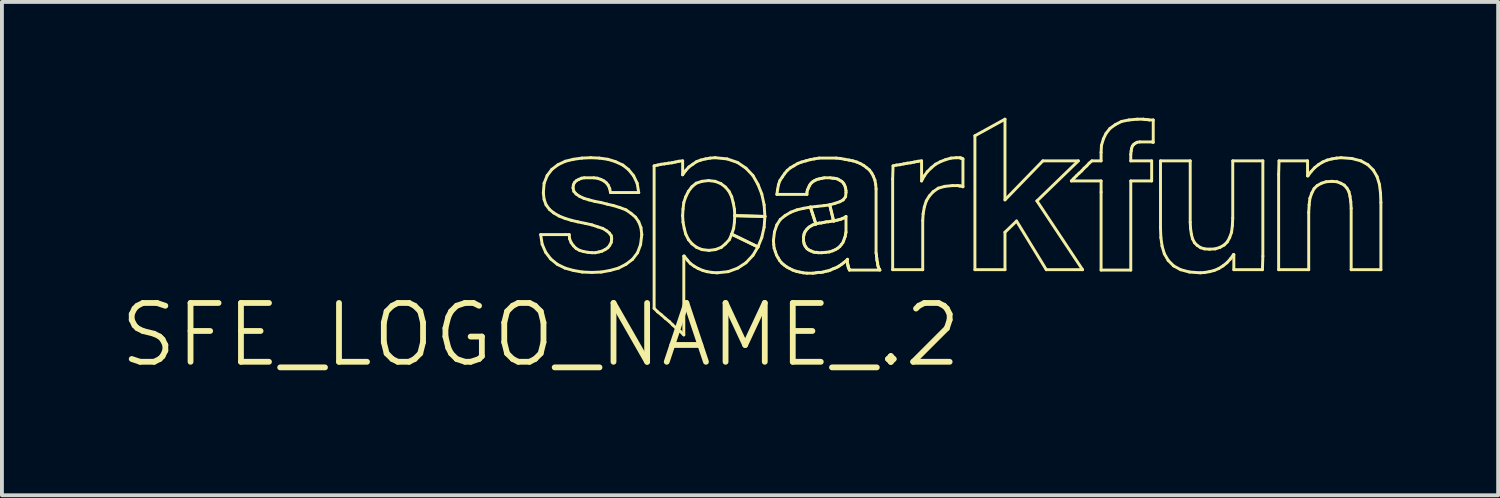
<source format=kicad_pcb>
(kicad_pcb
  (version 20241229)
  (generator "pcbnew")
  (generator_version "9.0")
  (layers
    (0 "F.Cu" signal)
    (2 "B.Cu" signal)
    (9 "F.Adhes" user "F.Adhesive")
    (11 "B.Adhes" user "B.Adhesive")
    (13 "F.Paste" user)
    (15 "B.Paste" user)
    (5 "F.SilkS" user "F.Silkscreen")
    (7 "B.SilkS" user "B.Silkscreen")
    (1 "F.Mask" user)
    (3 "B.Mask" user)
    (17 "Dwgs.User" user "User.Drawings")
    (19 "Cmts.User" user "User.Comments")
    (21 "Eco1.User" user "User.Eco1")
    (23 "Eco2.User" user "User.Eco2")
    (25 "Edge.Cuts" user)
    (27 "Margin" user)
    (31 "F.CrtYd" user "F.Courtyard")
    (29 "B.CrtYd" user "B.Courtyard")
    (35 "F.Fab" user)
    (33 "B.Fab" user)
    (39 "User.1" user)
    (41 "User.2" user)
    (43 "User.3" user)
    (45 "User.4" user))
  (footprint "SFE_LOGO_NAME_.2"
    (layer "F.Cu")
    (at 10.958 5.626)
    (property "Reference" "SFE_LOGO_NAME_.2" (at 0 0 0) (layer "F.SilkS") (effects (font (size 1.524 1.524) (thickness 0.15))))
    (attr exclude_from_pos_files exclude_from_bom)
    (fp_line (start 0 -2.598) (end 0.648 -2.598) (stroke (width 0.076) (type solid)) (layer "F.SilkS"))
    (fp_line (start 0.038 -2.349) (end 0 -2.598) (stroke (width 0.076) (type solid)) (layer "F.SilkS"))
    (fp_line (start 0.069 -3.678) (end 0.089 -3.929) (stroke (width 0.076) (type solid)) (layer "F.SilkS"))
    (fp_line (start 0.089 -3.929) (end 0.168 -4.128) (stroke (width 0.076) (type solid)) (layer "F.SilkS"))
    (fp_line (start 0.089 -3.508) (end 0.069 -3.678) (stroke (width 0.076) (type solid)) (layer "F.SilkS"))
    (fp_line (start 0.13 -2.139) (end 0.038 -2.349) (stroke (width 0.076) (type solid)) (layer "F.SilkS"))
    (fp_line (start 0.14 -3.368) (end 0.089 -3.508) (stroke (width 0.076) (type solid)) (layer "F.SilkS"))
    (fp_line (start 0.168 -4.128) (end 0.29 -4.288) (stroke (width 0.076) (type solid)) (layer "F.SilkS"))
    (fp_line (start 0.229 -3.249) (end 0.14 -3.368) (stroke (width 0.076) (type solid)) (layer "F.SilkS"))
    (fp_line (start 0.259 -1.968) (end 0.13 -2.139) (stroke (width 0.076) (type solid)) (layer "F.SilkS"))
    (fp_line (start 0.29 -4.288) (end 0.45 -4.409) (stroke (width 0.076) (type solid)) (layer "F.SilkS"))
    (fp_line (start 0.338 -3.16) (end 0.229 -3.249) (stroke (width 0.076) (type solid)) (layer "F.SilkS"))
    (fp_line (start 0.429 -1.829) (end 0.259 -1.968) (stroke (width 0.076) (type solid)) (layer "F.SilkS"))
    (fp_line (start 0.45 -4.409) (end 0.638 -4.498) (stroke (width 0.076) (type solid)) (layer "F.SilkS"))
    (fp_line (start 0.478 -3.078) (end 0.338 -3.16) (stroke (width 0.076) (type solid)) (layer "F.SilkS"))
    (fp_line (start 0.63 -3.018) (end 0.478 -3.078) (stroke (width 0.076) (type solid)) (layer "F.SilkS"))
    (fp_line (start 0.63 -1.73) (end 0.429 -1.829) (stroke (width 0.076) (type solid)) (layer "F.SilkS"))
    (fp_line (start 0.638 -4.498) (end 0.848 -4.549) (stroke (width 0.076) (type solid)) (layer "F.SilkS"))
    (fp_line (start 0.648 -2.598) (end 0.739 -2.598) (stroke (width 0.076) (type solid)) (layer "F.SilkS"))
    (fp_line (start 0.739 -2.598) (end 0.749 -2.489) (stroke (width 0.076) (type solid)) (layer "F.SilkS"))
    (fp_line (start 0.749 -2.489) (end 0.79 -2.388) (stroke (width 0.076) (type solid)) (layer "F.SilkS"))
    (fp_line (start 0.79 -2.969) (end 0.63 -3.018) (stroke (width 0.076) (type solid)) (layer "F.SilkS"))
    (fp_line (start 0.79 -2.388) (end 0.848 -2.309) (stroke (width 0.076) (type solid)) (layer "F.SilkS"))
    (fp_line (start 0.838 -3.81) (end 0.859 -3.719) (stroke (width 0.076) (type solid)) (layer "F.SilkS"))
    (fp_line (start 0.848 -4.549) (end 1.069 -4.58) (stroke (width 0.076) (type solid)) (layer "F.SilkS"))
    (fp_line (start 0.848 -3.889) (end 0.838 -3.81) (stroke (width 0.076) (type solid)) (layer "F.SilkS"))
    (fp_line (start 0.848 -2.309) (end 0.919 -2.238) (stroke (width 0.076) (type solid)) (layer "F.SilkS"))
    (fp_line (start 0.848 -1.669) (end 0.63 -1.73) (stroke (width 0.076) (type solid)) (layer "F.SilkS"))
    (fp_line (start 0.859 -3.719) (end 0.919 -3.65) (stroke (width 0.076) (type solid)) (layer "F.SilkS"))
    (fp_line (start 0.879 -3.95) (end 0.848 -3.889) (stroke (width 0.076) (type solid)) (layer "F.SilkS"))
    (fp_line (start 0.919 -3.65) (end 1.008 -3.589) (stroke (width 0.076) (type solid)) (layer "F.SilkS"))
    (fp_line (start 0.919 -2.238) (end 1.008 -2.189) (stroke (width 0.076) (type solid)) (layer "F.SilkS"))
    (fp_line (start 0.93 -3.998) (end 0.879 -3.95) (stroke (width 0.076) (type solid)) (layer "F.SilkS"))
    (fp_line (start 0.958 -2.929) (end 0.79 -2.969) (stroke (width 0.076) (type solid)) (layer "F.SilkS"))
    (fp_line (start 0.988 -4.028) (end 0.93 -3.998) (stroke (width 0.076) (type solid)) (layer "F.SilkS"))
    (fp_line (start 1.008 -3.589) (end 1.118 -3.538) (stroke (width 0.076) (type solid)) (layer "F.SilkS"))
    (fp_line (start 1.008 -2.189) (end 1.11 -2.159) (stroke (width 0.076) (type solid)) (layer "F.SilkS"))
    (fp_line (start 1.059 -4.059) (end 0.988 -4.028) (stroke (width 0.076) (type solid)) (layer "F.SilkS"))
    (fp_line (start 1.069 -4.58) (end 1.298 -4.59) (stroke (width 0.076) (type solid)) (layer "F.SilkS"))
    (fp_line (start 1.079 -1.628) (end 0.848 -1.669) (stroke (width 0.076) (type solid)) (layer "F.SilkS"))
    (fp_line (start 1.11 -2.159) (end 1.219 -2.139) (stroke (width 0.076) (type solid)) (layer "F.SilkS"))
    (fp_line (start 1.118 -3.538) (end 1.25 -3.498) (stroke (width 0.076) (type solid)) (layer "F.SilkS"))
    (fp_line (start 1.128 -4.069) (end 1.059 -4.059) (stroke (width 0.076) (type solid)) (layer "F.SilkS"))
    (fp_line (start 1.158 -2.888) (end 0.958 -2.929) (stroke (width 0.076) (type solid)) (layer "F.SilkS"))
    (fp_line (start 1.219 -2.139) (end 1.328 -2.129) (stroke (width 0.076) (type solid)) (layer "F.SilkS"))
    (fp_line (start 1.25 -3.498) (end 1.4 -3.459) (stroke (width 0.076) (type solid)) (layer "F.SilkS"))
    (fp_line (start 1.298 -4.59) (end 1.519 -4.58) (stroke (width 0.076) (type solid)) (layer "F.SilkS"))
    (fp_line (start 1.328 -2.85) (end 1.158 -2.888) (stroke (width 0.076) (type solid)) (layer "F.SilkS"))
    (fp_line (start 1.328 -2.129) (end 1.42 -2.129) (stroke (width 0.076) (type solid)) (layer "F.SilkS"))
    (fp_line (start 1.328 -1.618) (end 1.079 -1.628) (stroke (width 0.076) (type solid)) (layer "F.SilkS"))
    (fp_line (start 1.379 -4.069) (end 1.128 -4.069) (stroke (width 0.076) (type solid)) (layer "F.SilkS"))
    (fp_line (start 1.4 -3.459) (end 1.56 -3.429) (stroke (width 0.076) (type solid)) (layer "F.SilkS"))
    (fp_line (start 1.42 -2.129) (end 1.509 -2.149) (stroke (width 0.076) (type solid)) (layer "F.SilkS"))
    (fp_line (start 1.468 -4.059) (end 1.379 -4.069) (stroke (width 0.076) (type solid)) (layer "F.SilkS"))
    (fp_line (start 1.478 -2.799) (end 1.328 -2.85) (stroke (width 0.076) (type solid)) (layer "F.SilkS"))
    (fp_line (start 1.509 -2.149) (end 1.587 -2.169) (stroke (width 0.076) (type solid)) (layer "F.SilkS"))
    (fp_line (start 1.519 -4.58) (end 1.74 -4.549) (stroke (width 0.076) (type solid)) (layer "F.SilkS"))
    (fp_line (start 1.56 -4.028) (end 1.468 -4.059) (stroke (width 0.076) (type solid)) (layer "F.SilkS"))
    (fp_line (start 1.56 -3.429) (end 1.72 -3.388) (stroke (width 0.076) (type solid)) (layer "F.SilkS"))
    (fp_line (start 1.57 -1.628) (end 1.328 -1.618) (stroke (width 0.076) (type solid)) (layer "F.SilkS"))
    (fp_line (start 1.587 -2.169) (end 1.669 -2.21) (stroke (width 0.076) (type solid)) (layer "F.SilkS"))
    (fp_line (start 1.608 -2.758) (end 1.478 -2.799) (stroke (width 0.076) (type solid)) (layer "F.SilkS"))
    (fp_line (start 1.638 -3.988) (end 1.56 -4.028) (stroke (width 0.076) (type solid)) (layer "F.SilkS"))
    (fp_line (start 1.669 -2.21) (end 1.74 -2.258) (stroke (width 0.076) (type solid)) (layer "F.SilkS"))
    (fp_line (start 1.699 -3.94) (end 1.638 -3.988) (stroke (width 0.076) (type solid)) (layer "F.SilkS"))
    (fp_line (start 1.709 -2.697) (end 1.608 -2.758) (stroke (width 0.076) (type solid)) (layer "F.SilkS"))
    (fp_line (start 1.72 -3.388) (end 1.89 -3.348) (stroke (width 0.076) (type solid)) (layer "F.SilkS"))
    (fp_line (start 1.74 -4.549) (end 1.938 -4.488) (stroke (width 0.076) (type solid)) (layer "F.SilkS"))
    (fp_line (start 1.74 -2.258) (end 1.788 -2.319) (stroke (width 0.076) (type solid)) (layer "F.SilkS"))
    (fp_line (start 1.748 -3.879) (end 1.699 -3.94) (stroke (width 0.076) (type solid)) (layer "F.SilkS"))
    (fp_line (start 1.778 -2.639) (end 1.709 -2.697) (stroke (width 0.076) (type solid)) (layer "F.SilkS"))
    (fp_line (start 1.788 -3.79) (end 1.748 -3.879) (stroke (width 0.076) (type solid)) (layer "F.SilkS"))
    (fp_line (start 1.788 -2.319) (end 1.829 -2.398) (stroke (width 0.076) (type solid)) (layer "F.SilkS"))
    (fp_line (start 1.798 -1.669) (end 1.57 -1.628) (stroke (width 0.076) (type solid)) (layer "F.SilkS"))
    (fp_line (start 1.808 -3.688) (end 1.788 -3.79) (stroke (width 0.076) (type solid)) (layer "F.SilkS"))
    (fp_line (start 1.829 -2.568) (end 1.778 -2.639) (stroke (width 0.076) (type solid)) (layer "F.SilkS"))
    (fp_line (start 1.829 -2.398) (end 1.839 -2.489) (stroke (width 0.076) (type solid)) (layer "F.SilkS"))
    (fp_line (start 1.839 -2.489) (end 1.829 -2.568) (stroke (width 0.076) (type solid)) (layer "F.SilkS"))
    (fp_line (start 1.89 -3.348) (end 2.05 -3.299) (stroke (width 0.076) (type solid)) (layer "F.SilkS"))
    (fp_line (start 1.938 -4.488) (end 2.129 -4.399) (stroke (width 0.076) (type solid)) (layer "F.SilkS"))
    (fp_line (start 2.019 -1.73) (end 1.798 -1.669) (stroke (width 0.076) (type solid)) (layer "F.SilkS"))
    (fp_line (start 2.05 -3.299) (end 2.21 -3.239) (stroke (width 0.076) (type solid)) (layer "F.SilkS"))
    (fp_line (start 2.129 -4.399) (end 2.278 -4.28) (stroke (width 0.076) (type solid)) (layer "F.SilkS"))
    (fp_line (start 2.21 -3.239) (end 2.339 -3.15) (stroke (width 0.076) (type solid)) (layer "F.SilkS"))
    (fp_line (start 2.21 -1.829) (end 2.019 -1.73) (stroke (width 0.076) (type solid)) (layer "F.SilkS"))
    (fp_line (start 2.278 -4.28) (end 2.408 -4.12) (stroke (width 0.076) (type solid)) (layer "F.SilkS"))
    (fp_line (start 2.339 -3.15) (end 2.459 -3.048) (stroke (width 0.076) (type solid)) (layer "F.SilkS"))
    (fp_line (start 2.38 -1.958) (end 2.21 -1.829) (stroke (width 0.076) (type solid)) (layer "F.SilkS"))
    (fp_line (start 2.408 -4.12) (end 2.499 -3.929) (stroke (width 0.076) (type solid)) (layer "F.SilkS"))
    (fp_line (start 2.459 -3.048) (end 2.54 -2.929) (stroke (width 0.076) (type solid)) (layer "F.SilkS"))
    (fp_line (start 2.499 -3.929) (end 2.54 -3.688) (stroke (width 0.076) (type solid)) (layer "F.SilkS"))
    (fp_line (start 2.51 -2.129) (end 2.38 -1.958) (stroke (width 0.076) (type solid)) (layer "F.SilkS"))
    (fp_line (start 2.54 -3.688) (end 1.808 -3.688) (stroke (width 0.076) (type solid)) (layer "F.SilkS"))
    (fp_line (start 2.54 -2.929) (end 2.598 -2.779) (stroke (width 0.076) (type solid)) (layer "F.SilkS"))
    (fp_line (start 2.588 -2.339) (end 2.51 -2.129) (stroke (width 0.076) (type solid)) (layer "F.SilkS"))
    (fp_line (start 2.598 -2.779) (end 2.619 -2.598) (stroke (width 0.076) (type solid)) (layer "F.SilkS"))
    (fp_line (start 2.619 -2.598) (end 2.588 -2.339) (stroke (width 0.076) (type solid)) (layer "F.SilkS"))
    (fp_line (start 2.939 -4.379) (end 3.028 -4.399) (stroke (width 0.076) (type solid)) (layer "F.SilkS"))
    (fp_line (start 2.939 -0.688) (end 2.939 -4.379) (stroke (width 0.076) (type solid)) (layer "F.SilkS"))
    (fp_line (start 3.028 -4.399) (end 3.119 -4.42) (stroke (width 0.076) (type solid)) (layer "F.SilkS"))
    (fp_line (start 3.028 -0.599) (end 2.939 -0.688) (stroke (width 0.076) (type solid)) (layer "F.SilkS"))
    (fp_line (start 3.119 -4.42) (end 3.208 -4.43) (stroke (width 0.076) (type solid)) (layer "F.SilkS"))
    (fp_line (start 3.129 -0.518) (end 3.028 -0.599) (stroke (width 0.076) (type solid)) (layer "F.SilkS"))
    (fp_line (start 3.208 -4.43) (end 3.31 -4.448) (stroke (width 0.076) (type solid)) (layer "F.SilkS"))
    (fp_line (start 3.228 -0.429) (end 3.129 -0.518) (stroke (width 0.076) (type solid)) (layer "F.SilkS"))
    (fp_line (start 3.31 -4.448) (end 3.399 -4.458) (stroke (width 0.076) (type solid)) (layer "F.SilkS"))
    (fp_line (start 3.33 -0.348) (end 3.228 -0.429) (stroke (width 0.076) (type solid)) (layer "F.SilkS"))
    (fp_line (start 3.399 -4.458) (end 3.49 -4.478) (stroke (width 0.076) (type solid)) (layer "F.SilkS"))
    (fp_line (start 3.419 -0.259) (end 3.33 -0.348) (stroke (width 0.076) (type solid)) (layer "F.SilkS"))
    (fp_line (start 3.49 -4.478) (end 3.579 -4.498) (stroke (width 0.076) (type solid)) (layer "F.SilkS"))
    (fp_line (start 3.518 -0.168) (end 3.419 -0.259) (stroke (width 0.076) (type solid)) (layer "F.SilkS"))
    (fp_line (start 3.579 -4.498) (end 3.678 -4.508) (stroke (width 0.076) (type solid)) (layer "F.SilkS"))
    (fp_line (start 3.619 -0.089) (end 3.518 -0.168) (stroke (width 0.076) (type solid)) (layer "F.SilkS"))
    (fp_line (start 3.678 -4.508) (end 3.678 -4.148) (stroke (width 0.076) (type solid)) (layer "F.SilkS"))
    (fp_line (start 3.678 -4.148) (end 3.759 -4.26) (stroke (width 0.076) (type solid)) (layer "F.SilkS"))
    (fp_line (start 3.678 -3.089) (end 3.688 -2.918) (stroke (width 0.076) (type solid)) (layer "F.SilkS"))
    (fp_line (start 3.688 -3.259) (end 3.678 -3.089) (stroke (width 0.076) (type solid)) (layer "F.SilkS"))
    (fp_line (start 3.688 -2.918) (end 3.719 -2.758) (stroke (width 0.076) (type solid)) (layer "F.SilkS"))
    (fp_line (start 3.708 -3.429) (end 3.688 -3.259) (stroke (width 0.076) (type solid)) (layer "F.SilkS"))
    (fp_line (start 3.708 -2.04) (end 3.708 0) (stroke (width 0.076) (type solid)) (layer "F.SilkS"))
    (fp_line (start 3.708 0) (end 3.619 -0.089) (stroke (width 0.076) (type solid)) (layer "F.SilkS"))
    (fp_line (start 3.719 -2.758) (end 3.759 -2.609) (stroke (width 0.076) (type solid)) (layer "F.SilkS"))
    (fp_line (start 3.719 -2.04) (end 3.708 -2.04) (stroke (width 0.076) (type solid)) (layer "F.SilkS"))
    (fp_line (start 3.759 -4.26) (end 3.838 -4.348) (stroke (width 0.076) (type solid)) (layer "F.SilkS"))
    (fp_line (start 3.759 -3.579) (end 3.708 -3.429) (stroke (width 0.076) (type solid)) (layer "F.SilkS"))
    (fp_line (start 3.759 -2.609) (end 3.828 -2.469) (stroke (width 0.076) (type solid)) (layer "F.SilkS"))
    (fp_line (start 3.8 -1.938) (end 3.719 -2.04) (stroke (width 0.076) (type solid)) (layer "F.SilkS"))
    (fp_line (start 3.828 -3.719) (end 3.759 -3.579) (stroke (width 0.076) (type solid)) (layer "F.SilkS"))
    (fp_line (start 3.828 -2.469) (end 3.919 -2.36) (stroke (width 0.076) (type solid)) (layer "F.SilkS"))
    (fp_line (start 3.838 -4.348) (end 3.94 -4.42) (stroke (width 0.076) (type solid)) (layer "F.SilkS"))
    (fp_line (start 3.879 -1.849) (end 3.8 -1.938) (stroke (width 0.076) (type solid)) (layer "F.SilkS"))
    (fp_line (start 3.919 -3.838) (end 3.828 -3.719) (stroke (width 0.076) (type solid)) (layer "F.SilkS"))
    (fp_line (start 3.919 -2.36) (end 4.039 -2.268) (stroke (width 0.076) (type solid)) (layer "F.SilkS"))
    (fp_line (start 3.94 -4.42) (end 4.039 -4.488) (stroke (width 0.076) (type solid)) (layer "F.SilkS"))
    (fp_line (start 3.978 -1.778) (end 3.879 -1.849) (stroke (width 0.076) (type solid)) (layer "F.SilkS"))
    (fp_line (start 4.028 -3.929) (end 3.919 -3.838) (stroke (width 0.076) (type solid)) (layer "F.SilkS"))
    (fp_line (start 4.039 -4.488) (end 4.148 -4.529) (stroke (width 0.076) (type solid)) (layer "F.SilkS"))
    (fp_line (start 4.039 -2.268) (end 4.178 -2.21) (stroke (width 0.076) (type solid)) (layer "F.SilkS"))
    (fp_line (start 4.079 -1.72) (end 3.978 -1.778) (stroke (width 0.076) (type solid)) (layer "F.SilkS"))
    (fp_line (start 4.148 -4.529) (end 4.27 -4.559) (stroke (width 0.076) (type solid)) (layer "F.SilkS"))
    (fp_line (start 4.178 -3.978) (end 4.028 -3.929) (stroke (width 0.076) (type solid)) (layer "F.SilkS"))
    (fp_line (start 4.178 -2.21) (end 4.359 -2.189) (stroke (width 0.076) (type solid)) (layer "F.SilkS"))
    (fp_line (start 4.199 -1.669) (end 4.079 -1.72) (stroke (width 0.076) (type solid)) (layer "F.SilkS"))
    (fp_line (start 4.27 -4.559) (end 4.389 -4.58) (stroke (width 0.076) (type solid)) (layer "F.SilkS"))
    (fp_line (start 4.308 -1.638) (end 4.199 -1.669) (stroke (width 0.076) (type solid)) (layer "F.SilkS"))
    (fp_line (start 4.348 -3.998) (end 4.178 -3.978) (stroke (width 0.076) (type solid)) (layer "F.SilkS"))
    (fp_line (start 4.359 -2.189) (end 4.529 -2.21) (stroke (width 0.076) (type solid)) (layer "F.SilkS"))
    (fp_line (start 4.389 -4.58) (end 4.519 -4.59) (stroke (width 0.076) (type solid)) (layer "F.SilkS"))
    (fp_line (start 4.44 -1.618) (end 4.308 -1.638) (stroke (width 0.076) (type solid)) (layer "F.SilkS"))
    (fp_line (start 4.519 -4.59) (end 4.829 -4.559) (stroke (width 0.076) (type solid)) (layer "F.SilkS"))
    (fp_line (start 4.519 -3.978) (end 4.348 -3.998) (stroke (width 0.076) (type solid)) (layer "F.SilkS"))
    (fp_line (start 4.529 -2.21) (end 4.679 -2.268) (stroke (width 0.076) (type solid)) (layer "F.SilkS"))
    (fp_line (start 4.569 -1.608) (end 4.44 -1.618) (stroke (width 0.076) (type solid)) (layer "F.SilkS"))
    (fp_line (start 4.669 -3.919) (end 4.519 -3.978) (stroke (width 0.076) (type solid)) (layer "F.SilkS"))
    (fp_line (start 4.679 -2.268) (end 4.788 -2.36) (stroke (width 0.076) (type solid)) (layer "F.SilkS"))
    (fp_line (start 4.788 -3.828) (end 4.669 -3.919) (stroke (width 0.076) (type solid)) (layer "F.SilkS"))
    (fp_line (start 4.788 -2.36) (end 4.889 -2.469) (stroke (width 0.076) (type solid)) (layer "F.SilkS"))
    (fp_line (start 4.829 -4.559) (end 5.098 -4.468) (stroke (width 0.076) (type solid)) (layer "F.SilkS"))
    (fp_line (start 4.859 -1.638) (end 4.569 -1.608) (stroke (width 0.076) (type solid)) (layer "F.SilkS"))
    (fp_line (start 4.879 -3.719) (end 4.788 -3.828) (stroke (width 0.076) (type solid)) (layer "F.SilkS"))
    (fp_line (start 4.889 -2.469) (end 4.948 -2.609) (stroke (width 0.076) (type solid)) (layer "F.SilkS"))
    (fp_line (start 4.948 -3.579) (end 4.879 -3.719) (stroke (width 0.076) (type solid)) (layer "F.SilkS"))
    (fp_line (start 4.948 -2.609) (end 4.999 -2.758) (stroke (width 0.076) (type solid)) (layer "F.SilkS"))
    (fp_line (start 4.948 -2.609) (end 5.629 -2.278) (stroke (width 0.076) (type solid)) (layer "F.SilkS"))
    (fp_line (start 4.989 -3.419) (end 4.948 -3.579) (stroke (width 0.076) (type solid)) (layer "F.SilkS"))
    (fp_line (start 4.999 -2.758) (end 5.019 -2.918) (stroke (width 0.076) (type solid)) (layer "F.SilkS"))
    (fp_line (start 5.019 -3.259) (end 4.989 -3.419) (stroke (width 0.076) (type solid)) (layer "F.SilkS"))
    (fp_line (start 5.019 -2.918) (end 5.029 -3.089) (stroke (width 0.076) (type solid)) (layer "F.SilkS"))
    (fp_line (start 5.029 -3.089) (end 5.019 -3.259) (stroke (width 0.076) (type solid)) (layer "F.SilkS"))
    (fp_line (start 5.029 -3.089) (end 5.809 -3.068) (stroke (width 0.076) (type solid)) (layer "F.SilkS"))
    (fp_line (start 5.098 -4.468) (end 5.319 -4.318) (stroke (width 0.076) (type solid)) (layer "F.SilkS"))
    (fp_line (start 5.108 -1.73) (end 4.859 -1.638) (stroke (width 0.076) (type solid)) (layer "F.SilkS"))
    (fp_line (start 5.319 -4.318) (end 5.499 -4.128) (stroke (width 0.076) (type solid)) (layer "F.SilkS"))
    (fp_line (start 5.319 -1.869) (end 5.108 -1.73) (stroke (width 0.076) (type solid)) (layer "F.SilkS"))
    (fp_line (start 5.499 -4.128) (end 5.629 -3.899) (stroke (width 0.076) (type solid)) (layer "F.SilkS"))
    (fp_line (start 5.499 -2.06) (end 5.319 -1.869) (stroke (width 0.076) (type solid)) (layer "F.SilkS"))
    (fp_line (start 5.629 -3.899) (end 5.728 -3.65) (stroke (width 0.076) (type solid)) (layer "F.SilkS"))
    (fp_line (start 5.629 -2.278) (end 4.948 -2.609) (stroke (width 0.076) (type solid)) (layer "F.SilkS"))
    (fp_line (start 5.629 -2.278) (end 5.499 -2.06) (stroke (width 0.076) (type solid)) (layer "F.SilkS"))
    (fp_line (start 5.728 -3.65) (end 5.789 -3.368) (stroke (width 0.076) (type solid)) (layer "F.SilkS"))
    (fp_line (start 5.728 -2.52) (end 5.629 -2.278) (stroke (width 0.076) (type solid)) (layer "F.SilkS"))
    (fp_line (start 5.789 -3.368) (end 5.809 -3.068) (stroke (width 0.076) (type solid)) (layer "F.SilkS"))
    (fp_line (start 5.789 -2.789) (end 5.728 -2.52) (stroke (width 0.076) (type solid)) (layer "F.SilkS"))
    (fp_line (start 5.809 -3.068) (end 5.029 -3.089) (stroke (width 0.076) (type solid)) (layer "F.SilkS"))
    (fp_line (start 5.809 -3.068) (end 5.789 -2.789) (stroke (width 0.076) (type solid)) (layer "F.SilkS"))
    (fp_line (start 6.03 -2.449) (end 6.058 -2.67) (stroke (width 0.076) (type solid)) (layer "F.SilkS"))
    (fp_line (start 6.038 -2.339) (end 6.03 -2.449) (stroke (width 0.076) (type solid)) (layer "F.SilkS"))
    (fp_line (start 6.048 -2.248) (end 6.038 -2.339) (stroke (width 0.076) (type solid)) (layer "F.SilkS"))
    (fp_line (start 6.058 -2.67) (end 6.119 -2.85) (stroke (width 0.076) (type solid)) (layer "F.SilkS"))
    (fp_line (start 6.078 -2.159) (end 6.048 -2.248) (stroke (width 0.076) (type solid)) (layer "F.SilkS"))
    (fp_line (start 6.109 -2.068) (end 6.078 -2.159) (stroke (width 0.076) (type solid)) (layer "F.SilkS"))
    (fp_line (start 6.119 -3.64) (end 6.139 -3.769) (stroke (width 0.076) (type solid)) (layer "F.SilkS"))
    (fp_line (start 6.119 -2.85) (end 6.208 -2.99) (stroke (width 0.076) (type solid)) (layer "F.SilkS"))
    (fp_line (start 6.139 -3.769) (end 6.16 -3.889) (stroke (width 0.076) (type solid)) (layer "F.SilkS"))
    (fp_line (start 6.149 -1.999) (end 6.109 -2.068) (stroke (width 0.076) (type solid)) (layer "F.SilkS"))
    (fp_line (start 6.16 -3.889) (end 6.198 -3.998) (stroke (width 0.076) (type solid)) (layer "F.SilkS"))
    (fp_line (start 6.19 -1.928) (end 6.149 -1.999) (stroke (width 0.076) (type solid)) (layer "F.SilkS"))
    (fp_line (start 6.198 -3.998) (end 6.259 -4.089) (stroke (width 0.076) (type solid)) (layer "F.SilkS"))
    (fp_line (start 6.208 -2.99) (end 6.33 -3.089) (stroke (width 0.076) (type solid)) (layer "F.SilkS"))
    (fp_line (start 6.248 -1.859) (end 6.19 -1.928) (stroke (width 0.076) (type solid)) (layer "F.SilkS"))
    (fp_line (start 6.259 -4.089) (end 6.32 -4.178) (stroke (width 0.076) (type solid)) (layer "F.SilkS"))
    (fp_line (start 6.309 -1.808) (end 6.248 -1.859) (stroke (width 0.076) (type solid)) (layer "F.SilkS"))
    (fp_line (start 6.32 -4.178) (end 6.388 -4.26) (stroke (width 0.076) (type solid)) (layer "F.SilkS"))
    (fp_line (start 6.33 -3.089) (end 6.48 -3.178) (stroke (width 0.076) (type solid)) (layer "F.SilkS"))
    (fp_line (start 6.378 -1.758) (end 6.309 -1.808) (stroke (width 0.076) (type solid)) (layer "F.SilkS"))
    (fp_line (start 6.388 -4.26) (end 6.469 -4.328) (stroke (width 0.076) (type solid)) (layer "F.SilkS"))
    (fp_line (start 6.449 -1.72) (end 6.378 -1.758) (stroke (width 0.076) (type solid)) (layer "F.SilkS"))
    (fp_line (start 6.469 -4.328) (end 6.558 -4.379) (stroke (width 0.076) (type solid)) (layer "F.SilkS"))
    (fp_line (start 6.48 -3.178) (end 6.64 -3.239) (stroke (width 0.076) (type solid)) (layer "F.SilkS"))
    (fp_line (start 6.528 -1.679) (end 6.449 -1.72) (stroke (width 0.076) (type solid)) (layer "F.SilkS"))
    (fp_line (start 6.558 -4.379) (end 6.66 -4.44) (stroke (width 0.076) (type solid)) (layer "F.SilkS"))
    (fp_line (start 6.619 -1.648) (end 6.528 -1.679) (stroke (width 0.076) (type solid)) (layer "F.SilkS"))
    (fp_line (start 6.64 -3.239) (end 6.81 -3.279) (stroke (width 0.076) (type solid)) (layer "F.SilkS"))
    (fp_line (start 6.66 -4.44) (end 6.759 -4.478) (stroke (width 0.076) (type solid)) (layer "F.SilkS"))
    (fp_line (start 6.708 -1.628) (end 6.619 -1.648) (stroke (width 0.076) (type solid)) (layer "F.SilkS"))
    (fp_line (start 6.759 -4.478) (end 6.868 -4.508) (stroke (width 0.076) (type solid)) (layer "F.SilkS"))
    (fp_line (start 6.8 -1.608) (end 6.708 -1.628) (stroke (width 0.076) (type solid)) (layer "F.SilkS"))
    (fp_line (start 6.81 -3.279) (end 6.988 -3.31) (stroke (width 0.076) (type solid)) (layer "F.SilkS"))
    (fp_line (start 6.81 -2.54) (end 6.81 -2.438) (stroke (width 0.076) (type solid)) (layer "F.SilkS"))
    (fp_line (start 6.81 -2.438) (end 6.82 -2.388) (stroke (width 0.076) (type solid)) (layer "F.SilkS"))
    (fp_line (start 6.82 -2.588) (end 6.81 -2.54) (stroke (width 0.076) (type solid)) (layer "F.SilkS"))
    (fp_line (start 6.82 -2.388) (end 6.828 -2.349) (stroke (width 0.076) (type solid)) (layer "F.SilkS"))
    (fp_line (start 6.828 -2.629) (end 6.82 -2.588) (stroke (width 0.076) (type solid)) (layer "F.SilkS"))
    (fp_line (start 6.828 -2.349) (end 6.848 -2.309) (stroke (width 0.076) (type solid)) (layer "F.SilkS"))
    (fp_line (start 6.848 -2.67) (end 6.828 -2.629) (stroke (width 0.076) (type solid)) (layer "F.SilkS"))
    (fp_line (start 6.848 -2.309) (end 6.868 -2.278) (stroke (width 0.076) (type solid)) (layer "F.SilkS"))
    (fp_line (start 6.868 -4.508) (end 6.98 -4.539) (stroke (width 0.076) (type solid)) (layer "F.SilkS"))
    (fp_line (start 6.868 -2.697) (end 6.848 -2.67) (stroke (width 0.076) (type solid)) (layer "F.SilkS"))
    (fp_line (start 6.868 -2.278) (end 6.888 -2.248) (stroke (width 0.076) (type solid)) (layer "F.SilkS"))
    (fp_line (start 6.888 -2.728) (end 6.868 -2.697) (stroke (width 0.076) (type solid)) (layer "F.SilkS"))
    (fp_line (start 6.888 -2.248) (end 6.919 -2.22) (stroke (width 0.076) (type solid)) (layer "F.SilkS"))
    (fp_line (start 6.899 -3.698) (end 6.899 -3.64) (stroke (width 0.076) (type solid)) (layer "F.SilkS"))
    (fp_line (start 6.899 -3.64) (end 6.119 -3.64) (stroke (width 0.076) (type solid)) (layer "F.SilkS"))
    (fp_line (start 6.899 -1.598) (end 6.8 -1.608) (stroke (width 0.076) (type solid)) (layer "F.SilkS"))
    (fp_line (start 6.909 -3.749) (end 6.899 -3.698) (stroke (width 0.076) (type solid)) (layer "F.SilkS"))
    (fp_line (start 6.919 -2.758) (end 6.888 -2.728) (stroke (width 0.076) (type solid)) (layer "F.SilkS"))
    (fp_line (start 6.919 -2.22) (end 6.949 -2.2) (stroke (width 0.076) (type solid)) (layer "F.SilkS"))
    (fp_line (start 6.929 -3.79) (end 6.909 -3.749) (stroke (width 0.076) (type solid)) (layer "F.SilkS"))
    (fp_line (start 6.949 -3.838) (end 6.929 -3.79) (stroke (width 0.076) (type solid)) (layer "F.SilkS"))
    (fp_line (start 6.949 -2.789) (end 6.919 -2.758) (stroke (width 0.076) (type solid)) (layer "F.SilkS"))
    (fp_line (start 6.949 -2.2) (end 6.988 -2.179) (stroke (width 0.076) (type solid)) (layer "F.SilkS"))
    (fp_line (start 6.97 -3.879) (end 6.949 -3.838) (stroke (width 0.076) (type solid)) (layer "F.SilkS"))
    (fp_line (start 6.98 -4.539) (end 7.089 -4.559) (stroke (width 0.076) (type solid)) (layer "F.SilkS"))
    (fp_line (start 6.98 -2.809) (end 6.949 -2.789) (stroke (width 0.076) (type solid)) (layer "F.SilkS"))
    (fp_line (start 6.988 -3.909) (end 6.97 -3.879) (stroke (width 0.076) (type solid)) (layer "F.SilkS"))
    (fp_line (start 6.988 -3.31) (end 7.13 -2.868) (stroke (width 0.076) (type solid)) (layer "F.SilkS"))
    (fp_line (start 6.988 -3.31) (end 7.168 -3.33) (stroke (width 0.076) (type solid)) (layer "F.SilkS"))
    (fp_line (start 6.988 -2.179) (end 7.018 -2.169) (stroke (width 0.076) (type solid)) (layer "F.SilkS"))
    (fp_line (start 7.018 -3.94) (end 6.988 -3.909) (stroke (width 0.076) (type solid)) (layer "F.SilkS"))
    (fp_line (start 7.018 -2.83) (end 6.98 -2.809) (stroke (width 0.076) (type solid)) (layer "F.SilkS"))
    (fp_line (start 7.018 -2.169) (end 7.059 -2.149) (stroke (width 0.076) (type solid)) (layer "F.SilkS"))
    (fp_line (start 7.048 -3.967) (end 7.018 -3.94) (stroke (width 0.076) (type solid)) (layer "F.SilkS"))
    (fp_line (start 7.048 -2.85) (end 7.018 -2.83) (stroke (width 0.076) (type solid)) (layer "F.SilkS"))
    (fp_line (start 7.059 -2.149) (end 7.099 -2.139) (stroke (width 0.076) (type solid)) (layer "F.SilkS"))
    (fp_line (start 7.059 -1.598) (end 6.899 -1.598) (stroke (width 0.076) (type solid)) (layer "F.SilkS"))
    (fp_line (start 7.079 -3.988) (end 7.048 -3.967) (stroke (width 0.076) (type solid)) (layer "F.SilkS"))
    (fp_line (start 7.089 -4.559) (end 7.209 -4.58) (stroke (width 0.076) (type solid)) (layer "F.SilkS"))
    (fp_line (start 7.089 -2.857) (end 7.048 -2.85) (stroke (width 0.076) (type solid)) (layer "F.SilkS"))
    (fp_line (start 7.099 -2.139) (end 7.148 -2.139) (stroke (width 0.076) (type solid)) (layer "F.SilkS"))
    (fp_line (start 7.12 -4.008) (end 7.079 -3.988) (stroke (width 0.076) (type solid)) (layer "F.SilkS"))
    (fp_line (start 7.13 -2.878) (end 6.988 -3.31) (stroke (width 0.076) (type solid)) (layer "F.SilkS"))
    (fp_line (start 7.13 -2.868) (end 7.089 -2.857) (stroke (width 0.076) (type solid)) (layer "F.SilkS"))
    (fp_line (start 7.13 -1.608) (end 7.059 -1.598) (stroke (width 0.076) (type solid)) (layer "F.SilkS"))
    (fp_line (start 7.148 -2.139) (end 7.188 -2.129) (stroke (width 0.076) (type solid)) (layer "F.SilkS"))
    (fp_line (start 7.158 -4.028) (end 7.12 -4.008) (stroke (width 0.076) (type solid)) (layer "F.SilkS"))
    (fp_line (start 7.168 -3.33) (end 7.338 -3.348) (stroke (width 0.076) (type solid)) (layer "F.SilkS"))
    (fp_line (start 7.178 -2.888) (end 7.13 -2.878) (stroke (width 0.076) (type solid)) (layer "F.SilkS"))
    (fp_line (start 7.188 -2.129) (end 7.28 -2.129) (stroke (width 0.076) (type solid)) (layer "F.SilkS"))
    (fp_line (start 7.188 -1.618) (end 7.13 -1.608) (stroke (width 0.076) (type solid)) (layer "F.SilkS"))
    (fp_line (start 7.209 -4.58) (end 7.658 -4.58) (stroke (width 0.076) (type solid)) (layer "F.SilkS"))
    (fp_line (start 7.209 -4.039) (end 7.158 -4.028) (stroke (width 0.076) (type solid)) (layer "F.SilkS"))
    (fp_line (start 7.219 -2.898) (end 7.178 -2.888) (stroke (width 0.076) (type solid)) (layer "F.SilkS"))
    (fp_line (start 7.249 -4.049) (end 7.209 -4.039) (stroke (width 0.076) (type solid)) (layer "F.SilkS"))
    (fp_line (start 7.259 -1.618) (end 7.188 -1.618) (stroke (width 0.076) (type solid)) (layer "F.SilkS"))
    (fp_line (start 7.269 -2.898) (end 7.219 -2.898) (stroke (width 0.076) (type solid)) (layer "F.SilkS"))
    (fp_line (start 7.28 -2.129) (end 7.389 -2.139) (stroke (width 0.076) (type solid)) (layer "F.SilkS"))
    (fp_line (start 7.3 -4.059) (end 7.249 -4.049) (stroke (width 0.076) (type solid)) (layer "F.SilkS"))
    (fp_line (start 7.308 -2.908) (end 7.269 -2.898) (stroke (width 0.076) (type solid)) (layer "F.SilkS"))
    (fp_line (start 7.318 -1.628) (end 7.259 -1.618) (stroke (width 0.076) (type solid)) (layer "F.SilkS"))
    (fp_line (start 7.338 -3.348) (end 7.488 -3.368) (stroke (width 0.076) (type solid)) (layer "F.SilkS"))
    (fp_line (start 7.348 -4.069) (end 7.3 -4.059) (stroke (width 0.076) (type solid)) (layer "F.SilkS"))
    (fp_line (start 7.358 -2.918) (end 7.308 -2.908) (stroke (width 0.076) (type solid)) (layer "F.SilkS"))
    (fp_line (start 7.389 -2.139) (end 7.478 -2.149) (stroke (width 0.076) (type solid)) (layer "F.SilkS"))
    (fp_line (start 7.389 -1.648) (end 7.318 -1.628) (stroke (width 0.076) (type solid)) (layer "F.SilkS"))
    (fp_line (start 7.399 -2.929) (end 7.358 -2.918) (stroke (width 0.076) (type solid)) (layer "F.SilkS"))
    (fp_line (start 7.45 -2.929) (end 7.399 -2.929) (stroke (width 0.076) (type solid)) (layer "F.SilkS"))
    (fp_line (start 7.45 -1.659) (end 7.389 -1.648) (stroke (width 0.076) (type solid)) (layer "F.SilkS"))
    (fp_line (start 7.478 -2.149) (end 7.569 -2.179) (stroke (width 0.076) (type solid)) (layer "F.SilkS"))
    (fp_line (start 7.488 -3.368) (end 7.59 -2.949) (stroke (width 0.076) (type solid)) (layer "F.SilkS"))
    (fp_line (start 7.488 -3.368) (end 7.628 -3.409) (stroke (width 0.076) (type solid)) (layer "F.SilkS"))
    (fp_line (start 7.498 -2.939) (end 7.45 -2.929) (stroke (width 0.076) (type solid)) (layer "F.SilkS"))
    (fp_line (start 7.508 -4.069) (end 7.348 -4.069) (stroke (width 0.076) (type solid)) (layer "F.SilkS"))
    (fp_line (start 7.508 -1.679) (end 7.45 -1.659) (stroke (width 0.076) (type solid)) (layer "F.SilkS"))
    (fp_line (start 7.539 -2.949) (end 7.498 -2.939) (stroke (width 0.076) (type solid)) (layer "F.SilkS"))
    (fp_line (start 7.559 -4.059) (end 7.508 -4.069) (stroke (width 0.076) (type solid)) (layer "F.SilkS"))
    (fp_line (start 7.569 -2.179) (end 7.638 -2.21) (stroke (width 0.076) (type solid)) (layer "F.SilkS"))
    (fp_line (start 7.569 -1.709) (end 7.508 -1.679) (stroke (width 0.076) (type solid)) (layer "F.SilkS"))
    (fp_line (start 7.59 -2.949) (end 7.488 -3.368) (stroke (width 0.076) (type solid)) (layer "F.SilkS"))
    (fp_line (start 7.59 -2.949) (end 7.539 -2.949) (stroke (width 0.076) (type solid)) (layer "F.SilkS"))
    (fp_line (start 7.6 -4.059) (end 7.559 -4.059) (stroke (width 0.076) (type solid)) (layer "F.SilkS"))
    (fp_line (start 7.628 -3.409) (end 7.75 -3.449) (stroke (width 0.076) (type solid)) (layer "F.SilkS"))
    (fp_line (start 7.628 -2.959) (end 7.59 -2.949) (stroke (width 0.076) (type solid)) (layer "F.SilkS"))
    (fp_line (start 7.628 -1.73) (end 7.569 -1.709) (stroke (width 0.076) (type solid)) (layer "F.SilkS"))
    (fp_line (start 7.638 -2.21) (end 7.699 -2.248) (stroke (width 0.076) (type solid)) (layer "F.SilkS"))
    (fp_line (start 7.648 -4.049) (end 7.6 -4.059) (stroke (width 0.076) (type solid)) (layer "F.SilkS"))
    (fp_line (start 7.658 -4.58) (end 7.77 -4.569) (stroke (width 0.076) (type solid)) (layer "F.SilkS"))
    (fp_line (start 7.668 -2.969) (end 7.628 -2.959) (stroke (width 0.076) (type solid)) (layer "F.SilkS"))
    (fp_line (start 7.689 -4.039) (end 7.648 -4.049) (stroke (width 0.076) (type solid)) (layer "F.SilkS"))
    (fp_line (start 7.689 -1.758) (end 7.628 -1.73) (stroke (width 0.076) (type solid)) (layer "F.SilkS"))
    (fp_line (start 7.699 -2.248) (end 7.75 -2.289) (stroke (width 0.076) (type solid)) (layer "F.SilkS"))
    (fp_line (start 7.709 -2.979) (end 7.668 -2.969) (stroke (width 0.076) (type solid)) (layer "F.SilkS"))
    (fp_line (start 7.729 -4.018) (end 7.689 -4.039) (stroke (width 0.076) (type solid)) (layer "F.SilkS"))
    (fp_line (start 7.739 -1.788) (end 7.689 -1.758) (stroke (width 0.076) (type solid)) (layer "F.SilkS"))
    (fp_line (start 7.75 -3.449) (end 7.838 -3.498) (stroke (width 0.076) (type solid)) (layer "F.SilkS"))
    (fp_line (start 7.75 -2.99) (end 7.709 -2.979) (stroke (width 0.076) (type solid)) (layer "F.SilkS"))
    (fp_line (start 7.75 -2.289) (end 7.788 -2.339) (stroke (width 0.076) (type solid)) (layer "F.SilkS"))
    (fp_line (start 7.76 -3.998) (end 7.729 -4.018) (stroke (width 0.076) (type solid)) (layer "F.SilkS"))
    (fp_line (start 7.77 -4.569) (end 7.879 -4.549) (stroke (width 0.076) (type solid)) (layer "F.SilkS"))
    (fp_line (start 7.788 -3) (end 7.75 -2.99) (stroke (width 0.076) (type solid)) (layer "F.SilkS"))
    (fp_line (start 7.788 -2.339) (end 7.828 -2.388) (stroke (width 0.076) (type solid)) (layer "F.SilkS"))
    (fp_line (start 7.798 -3.978) (end 7.76 -3.998) (stroke (width 0.076) (type solid)) (layer "F.SilkS"))
    (fp_line (start 7.798 -1.829) (end 7.739 -1.788) (stroke (width 0.076) (type solid)) (layer "F.SilkS"))
    (fp_line (start 7.818 -3.018) (end 7.788 -3) (stroke (width 0.076) (type solid)) (layer "F.SilkS"))
    (fp_line (start 7.828 -3.95) (end 7.798 -3.978) (stroke (width 0.076) (type solid)) (layer "F.SilkS"))
    (fp_line (start 7.828 -2.388) (end 7.849 -2.438) (stroke (width 0.076) (type solid)) (layer "F.SilkS"))
    (fp_line (start 7.838 -3.498) (end 7.899 -3.579) (stroke (width 0.076) (type solid)) (layer "F.SilkS"))
    (fp_line (start 7.849 -3.919) (end 7.828 -3.95) (stroke (width 0.076) (type solid)) (layer "F.SilkS"))
    (fp_line (start 7.849 -2.438) (end 7.869 -2.499) (stroke (width 0.076) (type solid)) (layer "F.SilkS"))
    (fp_line (start 7.849 -1.869) (end 7.798 -1.829) (stroke (width 0.076) (type solid)) (layer "F.SilkS"))
    (fp_line (start 7.859 -3.028) (end 7.818 -3.018) (stroke (width 0.076) (type solid)) (layer "F.SilkS"))
    (fp_line (start 7.869 -3.889) (end 7.849 -3.919) (stroke (width 0.076) (type solid)) (layer "F.SilkS"))
    (fp_line (start 7.869 -2.499) (end 7.889 -2.548) (stroke (width 0.076) (type solid)) (layer "F.SilkS"))
    (fp_line (start 7.879 -4.549) (end 7.988 -4.529) (stroke (width 0.076) (type solid)) (layer "F.SilkS"))
    (fp_line (start 7.889 -3.838) (end 7.869 -3.889) (stroke (width 0.076) (type solid)) (layer "F.SilkS"))
    (fp_line (start 7.889 -3.048) (end 7.859 -3.028) (stroke (width 0.076) (type solid)) (layer "F.SilkS"))
    (fp_line (start 7.889 -2.548) (end 7.899 -2.609) (stroke (width 0.076) (type solid)) (layer "F.SilkS"))
    (fp_line (start 7.899 -3.8) (end 7.889 -3.838) (stroke (width 0.076) (type solid)) (layer "F.SilkS"))
    (fp_line (start 7.899 -3.579) (end 7.91 -3.688) (stroke (width 0.076) (type solid)) (layer "F.SilkS"))
    (fp_line (start 7.899 -2.609) (end 7.91 -2.659) (stroke (width 0.076) (type solid)) (layer "F.SilkS"))
    (fp_line (start 7.899 -1.908) (end 7.849 -1.869) (stroke (width 0.076) (type solid)) (layer "F.SilkS"))
    (fp_line (start 7.91 -3.739) (end 7.899 -3.8) (stroke (width 0.076) (type solid)) (layer "F.SilkS"))
    (fp_line (start 7.91 -3.688) (end 7.91 -3.739) (stroke (width 0.076) (type solid)) (layer "F.SilkS"))
    (fp_line (start 7.91 -3.068) (end 7.889 -3.048) (stroke (width 0.076) (type solid)) (layer "F.SilkS"))
    (fp_line (start 7.91 -2.659) (end 7.91 -3.068) (stroke (width 0.076) (type solid)) (layer "F.SilkS"))
    (fp_line (start 7.948 -1.958) (end 7.899 -1.908) (stroke (width 0.076) (type solid)) (layer "F.SilkS"))
    (fp_line (start 7.948 -1.849) (end 7.948 -1.958) (stroke (width 0.076) (type solid)) (layer "F.SilkS"))
    (fp_line (start 7.958 -1.829) (end 7.948 -1.849) (stroke (width 0.076) (type solid)) (layer "F.SilkS"))
    (fp_line (start 7.958 -1.798) (end 7.958 -1.829) (stroke (width 0.076) (type solid)) (layer "F.SilkS"))
    (fp_line (start 7.968 -1.778) (end 7.958 -1.798) (stroke (width 0.076) (type solid)) (layer "F.SilkS"))
    (fp_line (start 7.968 -1.758) (end 7.968 -1.778) (stroke (width 0.076) (type solid)) (layer "F.SilkS"))
    (fp_line (start 7.978 -1.748) (end 7.968 -1.758) (stroke (width 0.076) (type solid)) (layer "F.SilkS"))
    (fp_line (start 7.978 -1.73) (end 7.978 -1.748) (stroke (width 0.076) (type solid)) (layer "F.SilkS"))
    (fp_line (start 7.988 -4.529) (end 8.09 -4.508) (stroke (width 0.076) (type solid)) (layer "F.SilkS"))
    (fp_line (start 7.988 -1.709) (end 7.978 -1.73) (stroke (width 0.076) (type solid)) (layer "F.SilkS"))
    (fp_line (start 7.998 -1.699) (end 7.988 -1.709) (stroke (width 0.076) (type solid)) (layer "F.SilkS"))
    (fp_line (start 7.998 -1.679) (end 7.998 -1.699) (stroke (width 0.076) (type solid)) (layer "F.SilkS"))
    (fp_line (start 8.09 -4.508) (end 8.189 -4.478) (stroke (width 0.076) (type solid)) (layer "F.SilkS"))
    (fp_line (start 8.189 -4.478) (end 8.278 -4.44) (stroke (width 0.076) (type solid)) (layer "F.SilkS"))
    (fp_line (start 8.278 -4.44) (end 8.369 -4.389) (stroke (width 0.076) (type solid)) (layer "F.SilkS"))
    (fp_line (start 8.369 -4.389) (end 8.448 -4.328) (stroke (width 0.076) (type solid)) (layer "F.SilkS"))
    (fp_line (start 8.448 -4.328) (end 8.519 -4.27) (stroke (width 0.076) (type solid)) (layer "F.SilkS"))
    (fp_line (start 8.519 -4.27) (end 8.578 -4.188) (stroke (width 0.076) (type solid)) (layer "F.SilkS"))
    (fp_line (start 8.578 -4.188) (end 8.618 -4.11) (stroke (width 0.076) (type solid)) (layer "F.SilkS"))
    (fp_line (start 8.618 -4.11) (end 8.659 -4.008) (stroke (width 0.076) (type solid)) (layer "F.SilkS"))
    (fp_line (start 8.659 -4.008) (end 8.679 -3.899) (stroke (width 0.076) (type solid)) (layer "F.SilkS"))
    (fp_line (start 8.679 -3.899) (end 8.689 -3.78) (stroke (width 0.076) (type solid)) (layer "F.SilkS"))
    (fp_line (start 8.689 -3.78) (end 8.689 -2.118) (stroke (width 0.076) (type solid)) (layer "F.SilkS"))
    (fp_line (start 8.689 -2.118) (end 8.7 -2.068) (stroke (width 0.076) (type solid)) (layer "F.SilkS"))
    (fp_line (start 8.7 -2.068) (end 8.7 -2.029) (stroke (width 0.076) (type solid)) (layer "F.SilkS"))
    (fp_line (start 8.7 -2.029) (end 8.71 -1.979) (stroke (width 0.076) (type solid)) (layer "F.SilkS"))
    (fp_line (start 8.71 -1.979) (end 8.71 -1.938) (stroke (width 0.076) (type solid)) (layer "F.SilkS"))
    (fp_line (start 8.71 -1.938) (end 8.72 -1.9) (stroke (width 0.076) (type solid)) (layer "F.SilkS"))
    (fp_line (start 8.72 -1.9) (end 8.73 -1.859) (stroke (width 0.076) (type solid)) (layer "F.SilkS"))
    (fp_line (start 8.73 -1.859) (end 8.73 -1.829) (stroke (width 0.076) (type solid)) (layer "F.SilkS"))
    (fp_line (start 8.73 -1.829) (end 8.738 -1.788) (stroke (width 0.076) (type solid)) (layer "F.SilkS"))
    (fp_line (start 8.738 -1.788) (end 8.748 -1.758) (stroke (width 0.076) (type solid)) (layer "F.SilkS"))
    (fp_line (start 8.748 -1.758) (end 8.758 -1.73) (stroke (width 0.076) (type solid)) (layer "F.SilkS"))
    (fp_line (start 8.758 -1.73) (end 8.778 -1.699) (stroke (width 0.076) (type solid)) (layer "F.SilkS"))
    (fp_line (start 8.778 -1.699) (end 8.788 -1.679) (stroke (width 0.076) (type solid)) (layer "F.SilkS"))
    (fp_line (start 8.788 -1.679) (end 7.998 -1.679) (stroke (width 0.076) (type solid)) (layer "F.SilkS"))
    (fp_line (start 9.119 -4.039) (end 9.129 -4.379) (stroke (width 0.076) (type solid)) (layer "F.SilkS"))
    (fp_line (start 9.119 -1.689) (end 9.119 -4.039) (stroke (width 0.076) (type solid)) (layer "F.SilkS"))
    (fp_line (start 9.129 -4.379) (end 9.218 -4.399) (stroke (width 0.076) (type solid)) (layer "F.SilkS"))
    (fp_line (start 9.218 -4.399) (end 9.309 -4.409) (stroke (width 0.076) (type solid)) (layer "F.SilkS"))
    (fp_line (start 9.309 -4.409) (end 9.408 -4.43) (stroke (width 0.076) (type solid)) (layer "F.SilkS"))
    (fp_line (start 9.408 -4.43) (end 9.5 -4.448) (stroke (width 0.076) (type solid)) (layer "F.SilkS"))
    (fp_line (start 9.5 -4.448) (end 9.588 -4.458) (stroke (width 0.076) (type solid)) (layer "F.SilkS"))
    (fp_line (start 9.588 -4.458) (end 9.68 -4.478) (stroke (width 0.076) (type solid)) (layer "F.SilkS"))
    (fp_line (start 9.68 -4.478) (end 9.779 -4.498) (stroke (width 0.076) (type solid)) (layer "F.SilkS"))
    (fp_line (start 9.779 -4.498) (end 9.868 -4.508) (stroke (width 0.076) (type solid)) (layer "F.SilkS"))
    (fp_line (start 9.868 -4.508) (end 9.868 -3.988) (stroke (width 0.076) (type solid)) (layer "F.SilkS"))
    (fp_line (start 9.868 -3.988) (end 9.939 -4.12) (stroke (width 0.076) (type solid)) (layer "F.SilkS"))
    (fp_line (start 9.898 -2.959) (end 9.898 -1.689) (stroke (width 0.076) (type solid)) (layer "F.SilkS"))
    (fp_line (start 9.898 -1.689) (end 9.119 -1.689) (stroke (width 0.076) (type solid)) (layer "F.SilkS"))
    (fp_line (start 9.909 -3.139) (end 9.898 -2.959) (stroke (width 0.076) (type solid)) (layer "F.SilkS"))
    (fp_line (start 9.939 -4.12) (end 10.018 -4.229) (stroke (width 0.076) (type solid)) (layer "F.SilkS"))
    (fp_line (start 9.939 -3.31) (end 9.909 -3.139) (stroke (width 0.076) (type solid)) (layer "F.SilkS"))
    (fp_line (start 9.99 -3.47) (end 9.939 -3.31) (stroke (width 0.076) (type solid)) (layer "F.SilkS"))
    (fp_line (start 10.018 -4.229) (end 10.119 -4.328) (stroke (width 0.076) (type solid)) (layer "F.SilkS"))
    (fp_line (start 10.069 -3.599) (end 9.99 -3.47) (stroke (width 0.076) (type solid)) (layer "F.SilkS"))
    (fp_line (start 10.119 -4.328) (end 10.229 -4.42) (stroke (width 0.076) (type solid)) (layer "F.SilkS"))
    (fp_line (start 10.168 -3.708) (end 10.069 -3.599) (stroke (width 0.076) (type solid)) (layer "F.SilkS"))
    (fp_line (start 10.229 -4.42) (end 10.358 -4.488) (stroke (width 0.076) (type solid)) (layer "F.SilkS"))
    (fp_line (start 10.3 -3.8) (end 10.168 -3.708) (stroke (width 0.076) (type solid)) (layer "F.SilkS"))
    (fp_line (start 10.358 -4.488) (end 10.488 -4.539) (stroke (width 0.076) (type solid)) (layer "F.SilkS"))
    (fp_line (start 10.47 -3.848) (end 10.3 -3.8) (stroke (width 0.076) (type solid)) (layer "F.SilkS"))
    (fp_line (start 10.488 -4.539) (end 10.63 -4.58) (stroke (width 0.076) (type solid)) (layer "F.SilkS"))
    (fp_line (start 10.63 -4.58) (end 10.77 -4.59) (stroke (width 0.076) (type solid)) (layer "F.SilkS"))
    (fp_line (start 10.668 -3.868) (end 10.47 -3.848) (stroke (width 0.076) (type solid)) (layer "F.SilkS"))
    (fp_line (start 10.77 -4.59) (end 10.858 -4.59) (stroke (width 0.076) (type solid)) (layer "F.SilkS"))
    (fp_line (start 10.808 -3.868) (end 10.668 -3.868) (stroke (width 0.076) (type solid)) (layer "F.SilkS"))
    (fp_line (start 10.848 -3.858) (end 10.808 -3.868) (stroke (width 0.076) (type solid)) (layer "F.SilkS"))
    (fp_line (start 10.858 -4.59) (end 10.879 -4.58) (stroke (width 0.076) (type solid)) (layer "F.SilkS"))
    (fp_line (start 10.879 -4.58) (end 10.899 -4.58) (stroke (width 0.076) (type solid)) (layer "F.SilkS"))
    (fp_line (start 10.879 -3.858) (end 10.848 -3.858) (stroke (width 0.076) (type solid)) (layer "F.SilkS"))
    (fp_line (start 10.899 -4.58) (end 10.919 -4.569) (stroke (width 0.076) (type solid)) (layer "F.SilkS"))
    (fp_line (start 10.919 -4.569) (end 10.94 -4.559) (stroke (width 0.076) (type solid)) (layer "F.SilkS"))
    (fp_line (start 10.919 -3.848) (end 10.879 -3.858) (stroke (width 0.076) (type solid)) (layer "F.SilkS"))
    (fp_line (start 10.94 -4.559) (end 10.94 -3.838) (stroke (width 0.076) (type solid)) (layer "F.SilkS"))
    (fp_line (start 10.94 -3.838) (end 10.919 -3.848) (stroke (width 0.076) (type solid)) (layer "F.SilkS"))
    (fp_line (start 11.25 -5.159) (end 12.029 -5.588) (stroke (width 0.076) (type solid)) (layer "F.SilkS"))
    (fp_line (start 11.25 -1.689) (end 11.25 -5.159) (stroke (width 0.076) (type solid)) (layer "F.SilkS"))
    (fp_line (start 12.029 -5.588) (end 12.029 -3.498) (stroke (width 0.076) (type solid)) (layer "F.SilkS"))
    (fp_line (start 12.029 -3.498) (end 13.01 -4.508) (stroke (width 0.076) (type solid)) (layer "F.SilkS"))
    (fp_line (start 12.029 -2.659) (end 12.029 -1.689) (stroke (width 0.076) (type solid)) (layer "F.SilkS"))
    (fp_line (start 12.029 -1.689) (end 11.25 -1.689) (stroke (width 0.076) (type solid)) (layer "F.SilkS"))
    (fp_line (start 12.329 -2.949) (end 12.029 -2.659) (stroke (width 0.076) (type solid)) (layer "F.SilkS"))
    (fp_line (start 12.857 -3.47) (end 14.039 -1.689) (stroke (width 0.076) (type solid)) (layer "F.SilkS"))
    (fp_line (start 13.01 -4.508) (end 13.929 -4.508) (stroke (width 0.076) (type solid)) (layer "F.SilkS"))
    (fp_line (start 13.099 -1.689) (end 12.329 -2.949) (stroke (width 0.076) (type solid)) (layer "F.SilkS"))
    (fp_line (start 13.749 -3.988) (end 13.818 -4.059) (stroke (width 0.076) (type solid)) (layer "F.SilkS"))
    (fp_line (start 13.818 -4.059) (end 13.879 -4.12) (stroke (width 0.076) (type solid)) (layer "F.SilkS"))
    (fp_line (start 13.879 -4.12) (end 13.95 -4.188) (stroke (width 0.076) (type solid)) (layer "F.SilkS"))
    (fp_line (start 13.929 -4.508) (end 12.857 -3.47) (stroke (width 0.076) (type solid)) (layer "F.SilkS"))
    (fp_line (start 13.95 -4.188) (end 14.018 -4.249) (stroke (width 0.076) (type solid)) (layer "F.SilkS"))
    (fp_line (start 14.018 -4.249) (end 14.079 -4.318) (stroke (width 0.076) (type solid)) (layer "F.SilkS"))
    (fp_line (start 14.039 -1.689) (end 13.099 -1.689) (stroke (width 0.076) (type solid)) (layer "F.SilkS"))
    (fp_line (start 14.079 -4.318) (end 14.148 -4.379) (stroke (width 0.076) (type solid)) (layer "F.SilkS"))
    (fp_line (start 14.148 -4.379) (end 14.209 -4.448) (stroke (width 0.076) (type solid)) (layer "F.SilkS"))
    (fp_line (start 14.209 -4.448) (end 14.28 -4.508) (stroke (width 0.076) (type solid)) (layer "F.SilkS"))
    (fp_line (start 14.28 -4.508) (end 14.519 -4.508) (stroke (width 0.076) (type solid)) (layer "F.SilkS"))
    (fp_line (start 14.519 -4.729) (end 14.529 -4.91) (stroke (width 0.076) (type solid)) (layer "F.SilkS"))
    (fp_line (start 14.519 -4.508) (end 14.519 -4.729) (stroke (width 0.076) (type solid)) (layer "F.SilkS"))
    (fp_line (start 14.519 -3.988) (end 13.749 -3.988) (stroke (width 0.076) (type solid)) (layer "F.SilkS"))
    (fp_line (start 14.519 -3.698) (end 14.519 -3.988) (stroke (width 0.076) (type solid)) (layer "F.SilkS"))
    (fp_line (start 14.519 -1.679) (end 14.519 -3.698) (stroke (width 0.076) (type solid)) (layer "F.SilkS"))
    (fp_line (start 14.529 -4.91) (end 14.58 -5.08) (stroke (width 0.076) (type solid)) (layer "F.SilkS"))
    (fp_line (start 14.58 -5.08) (end 14.648 -5.22) (stroke (width 0.076) (type solid)) (layer "F.SilkS"))
    (fp_line (start 14.648 -5.22) (end 14.75 -5.349) (stroke (width 0.076) (type solid)) (layer "F.SilkS"))
    (fp_line (start 14.75 -5.349) (end 14.889 -5.448) (stroke (width 0.076) (type solid)) (layer "F.SilkS"))
    (fp_line (start 14.889 -5.448) (end 15.05 -5.53) (stroke (width 0.076) (type solid)) (layer "F.SilkS"))
    (fp_line (start 15.05 -5.53) (end 15.24 -5.568) (stroke (width 0.076) (type solid)) (layer "F.SilkS"))
    (fp_line (start 15.24 -5.568) (end 15.458 -5.588) (stroke (width 0.076) (type solid)) (layer "F.SilkS"))
    (fp_line (start 15.288 -4.679) (end 15.288 -4.508) (stroke (width 0.076) (type solid)) (layer "F.SilkS"))
    (fp_line (start 15.288 -4.508) (end 15.829 -4.508) (stroke (width 0.076) (type solid)) (layer "F.SilkS"))
    (fp_line (start 15.288 -3.988) (end 15.288 -1.679) (stroke (width 0.076) (type solid)) (layer "F.SilkS"))
    (fp_line (start 15.288 -1.679) (end 14.519 -1.679) (stroke (width 0.076) (type solid)) (layer "F.SilkS"))
    (fp_line (start 15.298 -4.76) (end 15.288 -4.679) (stroke (width 0.076) (type solid)) (layer "F.SilkS"))
    (fp_line (start 15.309 -4.829) (end 15.298 -4.76) (stroke (width 0.076) (type solid)) (layer "F.SilkS"))
    (fp_line (start 15.329 -4.889) (end 15.309 -4.829) (stroke (width 0.076) (type solid)) (layer "F.SilkS"))
    (fp_line (start 15.359 -4.928) (end 15.329 -4.889) (stroke (width 0.076) (type solid)) (layer "F.SilkS"))
    (fp_line (start 15.397 -4.958) (end 15.359 -4.928) (stroke (width 0.076) (type solid)) (layer "F.SilkS"))
    (fp_line (start 15.448 -4.989) (end 15.397 -4.958) (stroke (width 0.076) (type solid)) (layer "F.SilkS"))
    (fp_line (start 15.458 -5.588) (end 15.618 -5.588) (stroke (width 0.076) (type solid)) (layer "F.SilkS"))
    (fp_line (start 15.519 -4.999) (end 15.448 -4.989) (stroke (width 0.076) (type solid)) (layer "F.SilkS"))
    (fp_line (start 15.618 -5.588) (end 15.669 -5.578) (stroke (width 0.076) (type solid)) (layer "F.SilkS"))
    (fp_line (start 15.669 -5.578) (end 15.718 -5.578) (stroke (width 0.076) (type solid)) (layer "F.SilkS"))
    (fp_line (start 15.718 -5.578) (end 15.768 -5.568) (stroke (width 0.076) (type solid)) (layer "F.SilkS"))
    (fp_line (start 15.768 -5.568) (end 15.87 -5.568) (stroke (width 0.076) (type solid)) (layer "F.SilkS"))
    (fp_line (start 15.829 -4.508) (end 15.829 -3.988) (stroke (width 0.076) (type solid)) (layer "F.SilkS"))
    (fp_line (start 15.829 -3.988) (end 15.288 -3.988) (stroke (width 0.076) (type solid)) (layer "F.SilkS"))
    (fp_line (start 15.839 -4.999) (end 15.519 -4.999) (stroke (width 0.076) (type solid)) (layer "F.SilkS"))
    (fp_line (start 15.87 -5.568) (end 15.87 -4.989) (stroke (width 0.076) (type solid)) (layer "F.SilkS"))
    (fp_line (start 15.87 -4.989) (end 15.839 -4.999) (stroke (width 0.076) (type solid)) (layer "F.SilkS"))
    (fp_line (start 16.058 -4.508) (end 16.828 -4.508) (stroke (width 0.076) (type solid)) (layer "F.SilkS"))
    (fp_line (start 16.058 -2.769) (end 16.058 -4.508) (stroke (width 0.076) (type solid)) (layer "F.SilkS"))
    (fp_line (start 16.068 -2.52) (end 16.058 -2.769) (stroke (width 0.076) (type solid)) (layer "F.SilkS"))
    (fp_line (start 16.099 -2.299) (end 16.068 -2.52) (stroke (width 0.076) (type solid)) (layer "F.SilkS"))
    (fp_line (start 16.159 -2.098) (end 16.099 -2.299) (stroke (width 0.076) (type solid)) (layer "F.SilkS"))
    (fp_line (start 16.259 -1.928) (end 16.159 -2.098) (stroke (width 0.076) (type solid)) (layer "F.SilkS"))
    (fp_line (start 16.398 -1.788) (end 16.259 -1.928) (stroke (width 0.076) (type solid)) (layer "F.SilkS"))
    (fp_line (start 16.579 -1.689) (end 16.398 -1.788) (stroke (width 0.076) (type solid)) (layer "F.SilkS"))
    (fp_line (start 16.81 -1.628) (end 16.579 -1.689) (stroke (width 0.076) (type solid)) (layer "F.SilkS"))
    (fp_line (start 16.828 -4.508) (end 16.828 -2.918) (stroke (width 0.076) (type solid)) (layer "F.SilkS"))
    (fp_line (start 16.828 -2.918) (end 16.838 -2.748) (stroke (width 0.076) (type solid)) (layer "F.SilkS"))
    (fp_line (start 16.838 -2.748) (end 16.858 -2.609) (stroke (width 0.076) (type solid)) (layer "F.SilkS"))
    (fp_line (start 16.858 -2.609) (end 16.888 -2.489) (stroke (width 0.076) (type solid)) (layer "F.SilkS"))
    (fp_line (start 16.888 -2.489) (end 16.939 -2.388) (stroke (width 0.076) (type solid)) (layer "F.SilkS"))
    (fp_line (start 16.939 -2.388) (end 17.008 -2.319) (stroke (width 0.076) (type solid)) (layer "F.SilkS"))
    (fp_line (start 17.008 -2.319) (end 17.099 -2.258) (stroke (width 0.076) (type solid)) (layer "F.SilkS"))
    (fp_line (start 17.089 -1.608) (end 16.81 -1.628) (stroke (width 0.076) (type solid)) (layer "F.SilkS"))
    (fp_line (start 17.099 -2.258) (end 17.198 -2.228) (stroke (width 0.076) (type solid)) (layer "F.SilkS"))
    (fp_line (start 17.198 -2.228) (end 17.328 -2.22) (stroke (width 0.076) (type solid)) (layer "F.SilkS"))
    (fp_line (start 17.209 -1.618) (end 17.089 -1.608) (stroke (width 0.076) (type solid)) (layer "F.SilkS"))
    (fp_line (start 17.328 -2.22) (end 17.478 -2.228) (stroke (width 0.076) (type solid)) (layer "F.SilkS"))
    (fp_line (start 17.328 -1.638) (end 17.209 -1.618) (stroke (width 0.076) (type solid)) (layer "F.SilkS"))
    (fp_line (start 17.45 -1.669) (end 17.328 -1.638) (stroke (width 0.076) (type solid)) (layer "F.SilkS"))
    (fp_line (start 17.478 -2.228) (end 17.6 -2.268) (stroke (width 0.076) (type solid)) (layer "F.SilkS"))
    (fp_line (start 17.569 -1.72) (end 17.45 -1.669) (stroke (width 0.076) (type solid)) (layer "F.SilkS"))
    (fp_line (start 17.6 -2.268) (end 17.709 -2.329) (stroke (width 0.076) (type solid)) (layer "F.SilkS"))
    (fp_line (start 17.678 -1.788) (end 17.569 -1.72) (stroke (width 0.076) (type solid)) (layer "F.SilkS"))
    (fp_line (start 17.709 -2.329) (end 17.788 -2.408) (stroke (width 0.076) (type solid)) (layer "F.SilkS"))
    (fp_line (start 17.78 -1.869) (end 17.678 -1.788) (stroke (width 0.076) (type solid)) (layer "F.SilkS"))
    (fp_line (start 17.788 -2.408) (end 17.849 -2.52) (stroke (width 0.076) (type solid)) (layer "F.SilkS"))
    (fp_line (start 17.849 -2.52) (end 17.899 -2.659) (stroke (width 0.076) (type solid)) (layer "F.SilkS"))
    (fp_line (start 17.869 -1.968) (end 17.78 -1.869) (stroke (width 0.076) (type solid)) (layer "F.SilkS"))
    (fp_line (start 17.899 -2.659) (end 17.92 -2.83) (stroke (width 0.076) (type solid)) (layer "F.SilkS"))
    (fp_line (start 17.92 -2.83) (end 17.93 -3.028) (stroke (width 0.076) (type solid)) (layer "F.SilkS"))
    (fp_line (start 17.93 -4.508) (end 18.71 -4.508) (stroke (width 0.076) (type solid)) (layer "F.SilkS"))
    (fp_line (start 17.93 -3.028) (end 17.93 -4.508) (stroke (width 0.076) (type solid)) (layer "F.SilkS"))
    (fp_line (start 17.948 -2.078) (end 17.869 -1.968) (stroke (width 0.076) (type solid)) (layer "F.SilkS"))
    (fp_line (start 17.958 -2.078) (end 17.948 -2.078) (stroke (width 0.076) (type solid)) (layer "F.SilkS"))
    (fp_line (start 17.958 -1.689) (end 17.958 -2.078) (stroke (width 0.076) (type solid)) (layer "F.SilkS"))
    (fp_line (start 18.699 -1.689) (end 17.958 -1.689) (stroke (width 0.076) (type solid)) (layer "F.SilkS"))
    (fp_line (start 18.71 -4.508) (end 18.71 -2.04) (stroke (width 0.076) (type solid)) (layer "F.SilkS"))
    (fp_line (start 18.71 -2.04) (end 18.699 -1.689) (stroke (width 0.076) (type solid)) (layer "F.SilkS"))
    (fp_line (start 19.119 -4.158) (end 19.129 -4.508) (stroke (width 0.076) (type solid)) (layer "F.SilkS"))
    (fp_line (start 19.119 -1.689) (end 19.119 -4.158) (stroke (width 0.076) (type solid)) (layer "F.SilkS"))
    (fp_line (start 19.129 -4.508) (end 19.868 -4.508) (stroke (width 0.076) (type solid)) (layer "F.SilkS"))
    (fp_line (start 19.868 -4.508) (end 19.868 -4.12) (stroke (width 0.076) (type solid)) (layer "F.SilkS"))
    (fp_line (start 19.868 -4.12) (end 19.878 -4.12) (stroke (width 0.076) (type solid)) (layer "F.SilkS"))
    (fp_line (start 19.878 -4.12) (end 19.959 -4.229) (stroke (width 0.076) (type solid)) (layer "F.SilkS"))
    (fp_line (start 19.898 -3.17) (end 19.898 -1.689) (stroke (width 0.076) (type solid)) (layer "F.SilkS"))
    (fp_line (start 19.898 -1.689) (end 19.119 -1.689) (stroke (width 0.076) (type solid)) (layer "F.SilkS"))
    (fp_line (start 19.909 -3.368) (end 19.898 -3.17) (stroke (width 0.076) (type solid)) (layer "F.SilkS"))
    (fp_line (start 19.929 -3.538) (end 19.909 -3.368) (stroke (width 0.076) (type solid)) (layer "F.SilkS"))
    (fp_line (start 19.959 -4.229) (end 20.048 -4.328) (stroke (width 0.076) (type solid)) (layer "F.SilkS"))
    (fp_line (start 19.98 -3.678) (end 19.929 -3.538) (stroke (width 0.076) (type solid)) (layer "F.SilkS"))
    (fp_line (start 20.038 -3.79) (end 19.98 -3.678) (stroke (width 0.076) (type solid)) (layer "F.SilkS"))
    (fp_line (start 20.048 -4.328) (end 20.15 -4.409) (stroke (width 0.076) (type solid)) (layer "F.SilkS"))
    (fp_line (start 20.119 -3.868) (end 20.038 -3.79) (stroke (width 0.076) (type solid)) (layer "F.SilkS"))
    (fp_line (start 20.15 -4.409) (end 20.259 -4.478) (stroke (width 0.076) (type solid)) (layer "F.SilkS"))
    (fp_line (start 20.229 -3.929) (end 20.119 -3.868) (stroke (width 0.076) (type solid)) (layer "F.SilkS"))
    (fp_line (start 20.259 -4.478) (end 20.378 -4.529) (stroke (width 0.076) (type solid)) (layer "F.SilkS"))
    (fp_line (start 20.348 -3.967) (end 20.229 -3.929) (stroke (width 0.076) (type solid)) (layer "F.SilkS"))
    (fp_line (start 20.378 -4.529) (end 20.498 -4.559) (stroke (width 0.076) (type solid)) (layer "F.SilkS"))
    (fp_line (start 20.498 -4.559) (end 20.62 -4.58) (stroke (width 0.076) (type solid)) (layer "F.SilkS"))
    (fp_line (start 20.498 -3.978) (end 20.348 -3.967) (stroke (width 0.076) (type solid)) (layer "F.SilkS"))
    (fp_line (start 20.62 -4.58) (end 20.739 -4.59) (stroke (width 0.076) (type solid)) (layer "F.SilkS"))
    (fp_line (start 20.63 -3.967) (end 20.498 -3.978) (stroke (width 0.076) (type solid)) (layer "F.SilkS"))
    (fp_line (start 20.729 -3.929) (end 20.63 -3.967) (stroke (width 0.076) (type solid)) (layer "F.SilkS"))
    (fp_line (start 20.739 -4.59) (end 21.018 -4.569) (stroke (width 0.076) (type solid)) (layer "F.SilkS"))
    (fp_line (start 20.818 -3.879) (end 20.729 -3.929) (stroke (width 0.076) (type solid)) (layer "F.SilkS"))
    (fp_line (start 20.889 -3.8) (end 20.818 -3.879) (stroke (width 0.076) (type solid)) (layer "F.SilkS"))
    (fp_line (start 20.94 -3.708) (end 20.889 -3.8) (stroke (width 0.076) (type solid)) (layer "F.SilkS"))
    (fp_line (start 20.968 -3.589) (end 20.94 -3.708) (stroke (width 0.076) (type solid)) (layer "F.SilkS"))
    (fp_line (start 20.988 -3.449) (end 20.968 -3.589) (stroke (width 0.076) (type solid)) (layer "F.SilkS"))
    (fp_line (start 20.998 -3.279) (end 20.988 -3.449) (stroke (width 0.076) (type solid)) (layer "F.SilkS"))
    (fp_line (start 20.998 -1.689) (end 20.998 -3.279) (stroke (width 0.076) (type solid)) (layer "F.SilkS"))
    (fp_line (start 21.018 -4.569) (end 21.25 -4.508) (stroke (width 0.076) (type solid)) (layer "F.SilkS"))
    (fp_line (start 21.25 -4.508) (end 21.43 -4.409) (stroke (width 0.076) (type solid)) (layer "F.SilkS"))
    (fp_line (start 21.43 -4.409) (end 21.57 -4.27) (stroke (width 0.076) (type solid)) (layer "F.SilkS"))
    (fp_line (start 21.57 -4.27) (end 21.669 -4.1) (stroke (width 0.076) (type solid)) (layer "F.SilkS"))
    (fp_line (start 21.669 -4.1) (end 21.73 -3.899) (stroke (width 0.076) (type solid)) (layer "F.SilkS"))
    (fp_line (start 21.73 -3.899) (end 21.758 -3.678) (stroke (width 0.076) (type solid)) (layer "F.SilkS"))
    (fp_line (start 21.758 -3.678) (end 21.768 -3.429) (stroke (width 0.076) (type solid)) (layer "F.SilkS"))
    (fp_line (start 21.768 -3.429) (end 21.768 -1.689) (stroke (width 0.076) (type solid)) (layer "F.SilkS"))
    (fp_line (start 21.768 -1.689) (end 20.998 -1.689) (stroke (width 0.076) (type solid)) (layer "F.SilkS")))
  (gr_rect
    (start -3 -3)
    (end 35.764 9.781)
    (stroke (width 0.1) (type default))
    (fill no)
    (layer "Edge.Cuts")))
</source>
